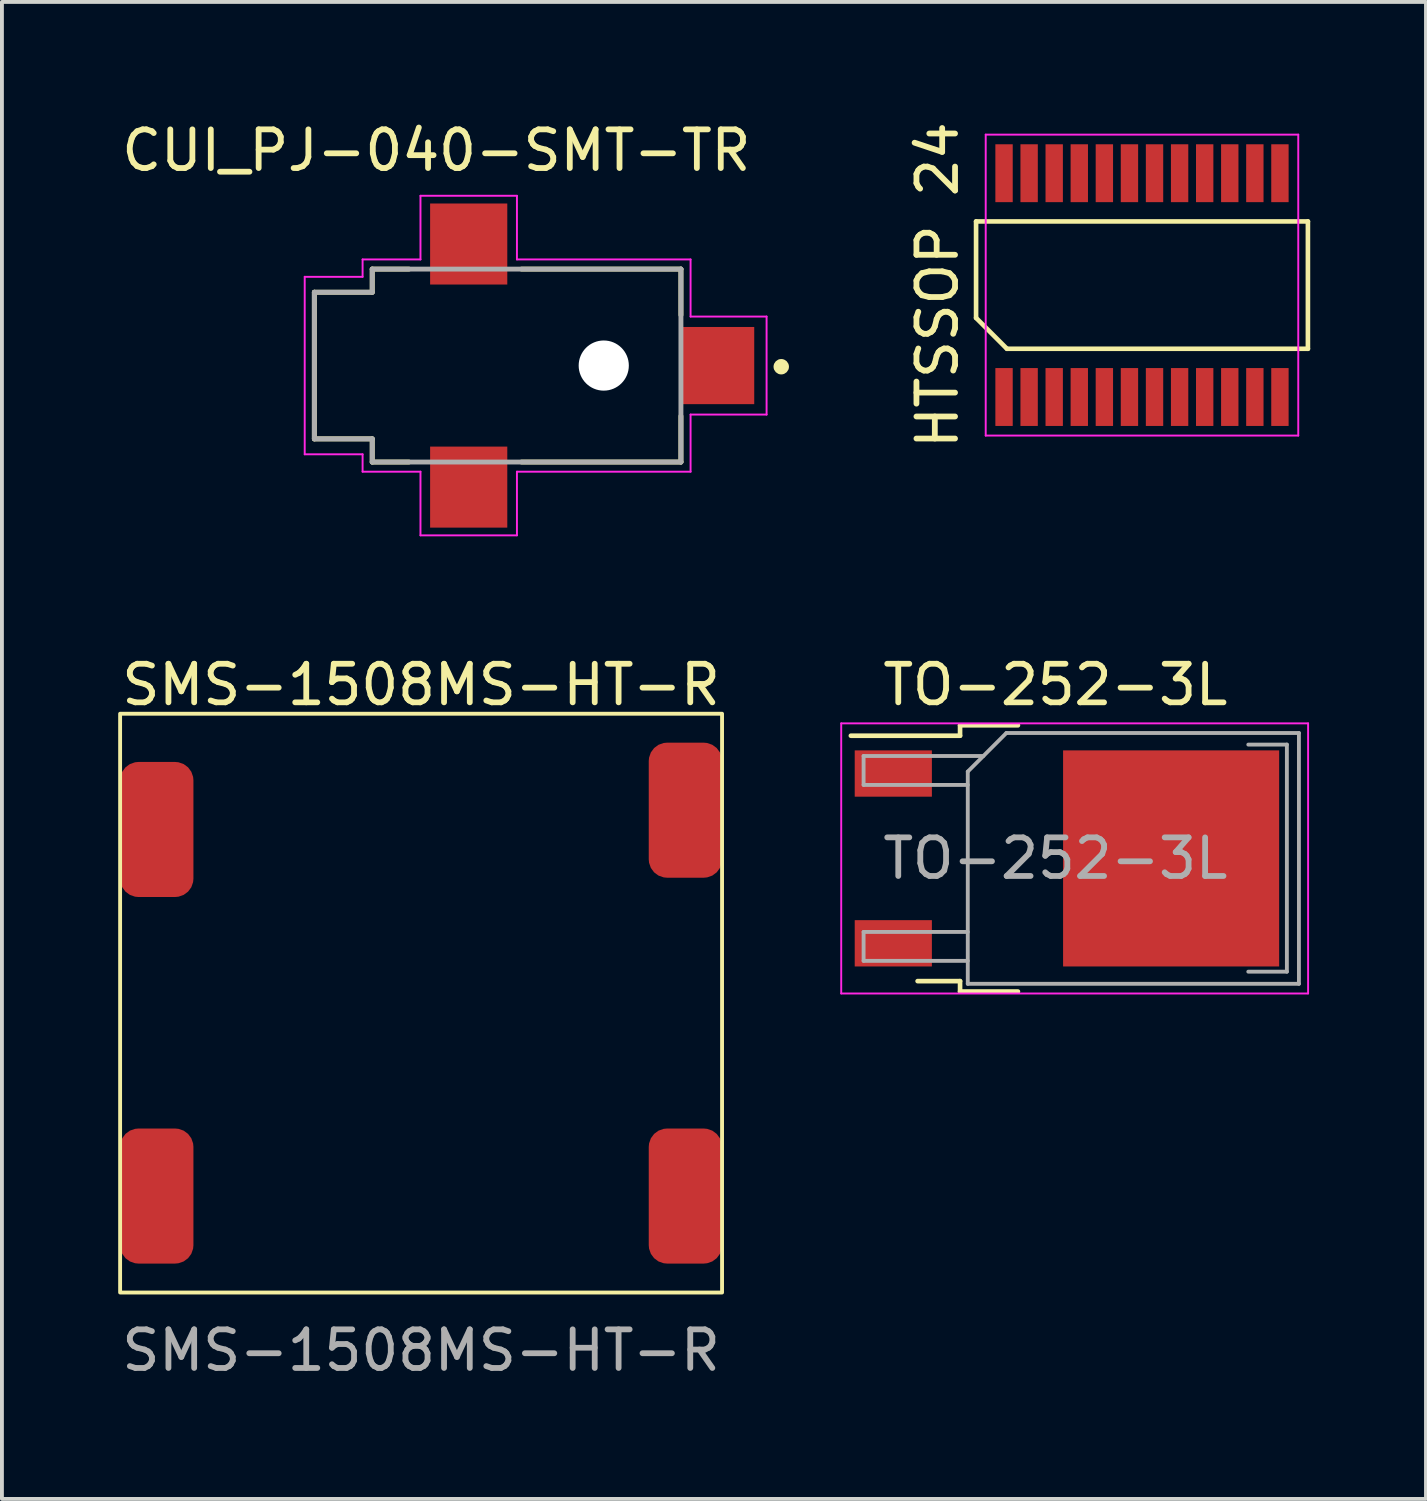
<source format=kicad_pcb>
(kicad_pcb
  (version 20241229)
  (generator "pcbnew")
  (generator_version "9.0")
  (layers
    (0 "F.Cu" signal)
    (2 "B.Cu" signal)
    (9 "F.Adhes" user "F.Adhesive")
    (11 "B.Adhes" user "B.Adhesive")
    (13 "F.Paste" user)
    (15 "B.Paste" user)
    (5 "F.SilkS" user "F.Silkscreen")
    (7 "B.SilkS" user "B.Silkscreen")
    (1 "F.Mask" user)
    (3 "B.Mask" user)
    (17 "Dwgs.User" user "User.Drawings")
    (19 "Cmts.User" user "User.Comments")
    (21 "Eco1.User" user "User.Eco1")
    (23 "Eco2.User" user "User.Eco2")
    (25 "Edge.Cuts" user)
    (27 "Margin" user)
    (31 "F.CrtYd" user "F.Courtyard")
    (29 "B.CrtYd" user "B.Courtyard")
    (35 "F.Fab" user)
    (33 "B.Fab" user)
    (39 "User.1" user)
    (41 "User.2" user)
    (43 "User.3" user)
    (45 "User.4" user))
  (footprint "SMS-1508MS-HT-R"
    (layer "F.Cu")
    (at 7.863 22.947)
    (property "Reference" "SMS-1508MS-HT-R" (at 0 -8.25 0) (unlocked yes) (layer "F.SilkS") (effects (font (size 1 1) (thickness 0.15))))
    (attr smd)
    (fp_rect (start -7.8 -7.5) (end 7.8 7.5) (stroke (width 0.1) (type solid)) (fill no) (layer "F.SilkS"))
    (fp_text user "${REFERENCE}" (at 0 9 0) (unlocked yes) (layer "F.Fab") (effects (font (size 1 1) (thickness 0.15))))
    (pad "" smd roundrect (at -6.85 -4.5) (size 1.9 3.5) (layers "F.Cu" "F.Mask" "F.Paste") (roundrect_rratio 0.25))
    (pad "" smd roundrect (at 6.85 -5) (size 1.9 3.5) (layers "F.Cu" "F.Mask" "F.Paste") (roundrect_rratio 0.25))
    (pad "1" smd roundrect (at -6.85 5) (size 1.9 3.5) (layers "F.Cu" "F.Mask" "F.Paste") (roundrect_rratio 0.25))
    (pad "2" smd roundrect (at 6.85 5) (size 1.9 3.5) (layers "F.Cu" "F.Mask" "F.Paste") (roundrect_rratio 0.25))
    (zone (net_name "") (layer "F.Cu") (hatch edge 0.508) (connect_pads) (min_thickness 0.254) (filled_areas_thickness no) (keepout (tracks not_allowed) (vias not_allowed) (pads not_allowed) (copperpour not_allowed) (footprints not_allowed)) (placement (enabled no)) (fill) (polygon (pts (xy 12.863 28.447) (xy 2.863 28.447) (xy 2.863 17.447) (xy 12.863 17.447)))))
  (footprint "CUI_PJ-040-SMT-TR"
    (layer "F.Cu")
    (at 10.597 6.424)
    (property "Reference" "CUI_PJ-040-SMT-TR" (at -2.339 -5.575 0) (layer "F.SilkS") (effects (font (size 1.002 1.002) (thickness 0.15))))
    (attr through_hole)
    (fp_line (start -5.5 -1.9) (end -5.5 1.9) (stroke (width 0.127) (type solid)) (layer "F.SilkS"))
    (fp_line (start -5.5 -1.9) (end -4 -1.9) (stroke (width 0.127) (type solid)) (layer "F.SilkS"))
    (fp_line (start -5.5 1.9) (end -4 1.9) (stroke (width 0.127) (type solid)) (layer "F.SilkS"))
    (fp_line (start -4 -2.5) (end -3.05 -2.5) (stroke (width 0.127) (type solid)) (layer "F.SilkS"))
    (fp_line (start -4 -1.9) (end -4 -2.5) (stroke (width 0.127) (type solid)) (layer "F.SilkS"))
    (fp_line (start -4 2.5) (end -4 1.9) (stroke (width 0.127) (type solid)) (layer "F.SilkS"))
    (fp_line (start -3.05 2.5) (end -4 2.5) (stroke (width 0.127) (type solid)) (layer "F.SilkS"))
    (fp_line (start -0.13 -2.5) (end 4 -2.5) (stroke (width 0.127) (type solid)) (layer "F.SilkS"))
    (fp_line (start 4 -2.5) (end 4 -1.31) (stroke (width 0.127) (type solid)) (layer "F.SilkS"))
    (fp_line (start 4 1.31) (end 4 2.5) (stroke (width 0.127) (type solid)) (layer "F.SilkS"))
    (fp_line (start 4 2.5) (end -0.13 2.5) (stroke (width 0.127) (type solid)) (layer "F.SilkS"))
    (fp_circle (center 6.6 0.03) (end 6.7 0.03) (stroke (width 0.2) (type solid)) (fill no) (layer "F.SilkS"))
    (fp_line (start -5.75 -2.3) (end -4.25 -2.3) (stroke (width 0.05) (type solid)) (layer "F.CrtYd"))
    (fp_line (start -5.75 2.3) (end -5.75 -2.3) (stroke (width 0.05) (type solid)) (layer "F.CrtYd"))
    (fp_line (start -4.25 -2.75) (end -2.75 -2.75) (stroke (width 0.05) (type solid)) (layer "F.CrtYd"))
    (fp_line (start -4.25 -2.3) (end -4.25 -2.75) (stroke (width 0.05) (type solid)) (layer "F.CrtYd"))
    (fp_line (start -4.25 2.3) (end -5.75 2.3) (stroke (width 0.05) (type solid)) (layer "F.CrtYd"))
    (fp_line (start -4.25 2.75) (end -4.25 2.3) (stroke (width 0.05) (type solid)) (layer "F.CrtYd"))
    (fp_line (start -4.25 2.75) (end -2.75 2.75) (stroke (width 0.05) (type solid)) (layer "F.CrtYd"))
    (fp_line (start -2.75 -4.4) (end -0.25 -4.4) (stroke (width 0.05) (type solid)) (layer "F.CrtYd"))
    (fp_line (start -2.75 -2.75) (end -2.75 -4.4) (stroke (width 0.05) (type solid)) (layer "F.CrtYd"))
    (fp_line (start -2.75 2.75) (end -2.75 4.4) (stroke (width 0.05) (type solid)) (layer "F.CrtYd"))
    (fp_line (start -2.75 4.4) (end -0.25 4.4) (stroke (width 0.05) (type solid)) (layer "F.CrtYd"))
    (fp_line (start -0.25 -4.4) (end -0.25 -2.75) (stroke (width 0.05) (type solid)) (layer "F.CrtYd"))
    (fp_line (start -0.25 -2.75) (end 4.25 -2.75) (stroke (width 0.05) (type solid)) (layer "F.CrtYd"))
    (fp_line (start -0.25 2.75) (end 4.25 2.75) (stroke (width 0.05) (type solid)) (layer "F.CrtYd"))
    (fp_line (start -0.25 4.4) (end -0.25 2.75) (stroke (width 0.05) (type solid)) (layer "F.CrtYd"))
    (fp_line (start 4.25 -2.75) (end 4.25 -1.27) (stroke (width 0.05) (type solid)) (layer "F.CrtYd"))
    (fp_line (start 4.25 -1.27) (end 6.22 -1.27) (stroke (width 0.05) (type solid)) (layer "F.CrtYd"))
    (fp_line (start 4.25 1.27) (end 4.25 2.75) (stroke (width 0.05) (type solid)) (layer "F.CrtYd"))
    (fp_line (start 6.22 -1.27) (end 6.22 1.27) (stroke (width 0.05) (type solid)) (layer "F.CrtYd"))
    (fp_line (start 6.22 1.27) (end 4.25 1.27) (stroke (width 0.05) (type solid)) (layer "F.CrtYd"))
    (fp_line (start -5.5 -1.9) (end -5.5 1.9) (stroke (width 0.127) (type solid)) (layer "F.Fab"))
    (fp_line (start -5.5 -1.9) (end -4 -1.9) (stroke (width 0.127) (type solid)) (layer "F.Fab"))
    (fp_line (start -5.5 1.9) (end -4 1.9) (stroke (width 0.127) (type solid)) (layer "F.Fab"))
    (fp_line (start -4 -2.5) (end 4 -2.5) (stroke (width 0.127) (type solid)) (layer "F.Fab"))
    (fp_line (start -4 -1.9) (end -4 -2.5) (stroke (width 0.127) (type solid)) (layer "F.Fab"))
    (fp_line (start -4 2.5) (end -4 1.9) (stroke (width 0.127) (type solid)) (layer "F.Fab"))
    (fp_line (start 4 -2.5) (end 4 2.5) (stroke (width 0.127) (type solid)) (layer "F.Fab"))
    (fp_line (start 4 2.5) (end -4 2.5) (stroke (width 0.127) (type solid)) (layer "F.Fab"))
    (pad "" np_thru_hole circle (at 2 0) (size 1.3 1.3) (drill 1.3) (layers "*.Cu" "*.Mask"))
    (pad "1" smd rect (at 4.95 0) (size 1.9 2) (layers "F.Cu" "F.Mask" "F.Paste"))
    (pad "2" smd rect (at -1.5 3.15) (size 2 2.1) (layers "F.Cu" "F.Mask" "F.Paste"))
    (pad "3" smd rect (at -1.5 -3.15) (size 2 2.1) (layers "F.Cu" "F.Mask" "F.Paste")))
  (footprint "TO-252-3L"
    (layer "F.Cu")
    (at 24.301 19.197)
    (property "Reference" "TO-252-3L" (at 0 -4.5 0) (layer "F.SilkS") (effects (font (size 1 1) (thickness 0.15))))
    (attr smd)
    (fp_line (start -2.47 -3.45) (end -2.47 -3.18) (stroke (width 0.12) (type solid)) (layer "F.SilkS"))
    (fp_line (start -2.47 -3.18) (end -5.3 -3.18) (stroke (width 0.12) (type solid)) (layer "F.SilkS"))
    (fp_line (start -2.47 3.18) (end -3.57 3.18) (stroke (width 0.12) (type solid)) (layer "F.SilkS"))
    (fp_line (start -2.47 3.45) (end -2.47 3.18) (stroke (width 0.12) (type solid)) (layer "F.SilkS"))
    (fp_line (start -0.97 -3.45) (end -2.47 -3.45) (stroke (width 0.12) (type solid)) (layer "F.SilkS"))
    (fp_line (start -0.97 3.45) (end -2.47 3.45) (stroke (width 0.12) (type solid)) (layer "F.SilkS"))
    (fp_line (start -5.55 -3.5) (end -5.55 3.5) (stroke (width 0.05) (type solid)) (layer "F.CrtYd"))
    (fp_line (start -5.55 3.5) (end 6.55 3.5) (stroke (width 0.05) (type solid)) (layer "F.CrtYd"))
    (fp_line (start 6.55 -3.5) (end -5.55 -3.5) (stroke (width 0.05) (type solid)) (layer "F.CrtYd"))
    (fp_line (start 6.55 3.5) (end 6.55 -3.5) (stroke (width 0.05) (type solid)) (layer "F.CrtYd"))
    (fp_line (start -4.97 -2.655) (end -4.97 -1.905) (stroke (width 0.1) (type solid)) (layer "F.Fab"))
    (fp_line (start -4.97 -1.905) (end -2.27 -1.905) (stroke (width 0.1) (type solid)) (layer "F.Fab"))
    (fp_line (start -4.97 1.905) (end -4.97 2.655) (stroke (width 0.1) (type solid)) (layer "F.Fab"))
    (fp_line (start -4.97 2.655) (end -2.27 2.655) (stroke (width 0.1) (type solid)) (layer "F.Fab"))
    (fp_line (start -2.27 -2.25) (end -1.27 -3.25) (stroke (width 0.1) (type solid)) (layer "F.Fab"))
    (fp_line (start -2.27 1.905) (end -4.97 1.905) (stroke (width 0.1) (type solid)) (layer "F.Fab"))
    (fp_line (start -2.27 3.25) (end -2.27 -2.25) (stroke (width 0.1) (type solid)) (layer "F.Fab"))
    (fp_line (start -1.865 -2.655) (end -4.97 -2.655) (stroke (width 0.1) (type solid)) (layer "F.Fab"))
    (fp_line (start -1.27 -3.25) (end 6.312 -3.25) (stroke (width 0.1) (type solid)) (layer "F.Fab"))
    (fp_line (start 5 -2.95) (end 6 -2.95) (stroke (width 0.1) (type solid)) (layer "F.Fab"))
    (fp_line (start 6 -2.95) (end 6 2.935) (stroke (width 0.1) (type solid)) (layer "F.Fab"))
    (fp_line (start 6 2.935) (end 5 2.935) (stroke (width 0.1) (type solid)) (layer "F.Fab"))
    (fp_line (start 6.312 -3.25) (end 6.312 3.25) (stroke (width 0.1) (type solid)) (layer "F.Fab"))
    (fp_line (start 6.312 3.25) (end -2.27 3.25) (stroke (width 0.1) (type solid)) (layer "F.Fab"))
    (fp_text user "${REFERENCE}" (at 0 0 0) (layer "F.Fab") (effects (font (size 1 1) (thickness 0.15))))
    (pad "" smd rect (at 1.55 -1.45) (size 2.7 2.7) (layers "F.Paste"))
    (pad "" smd rect (at 1.55 1.45) (size 2.7 2.7) (layers "F.Paste"))
    (pad "" smd rect (at 4.45 -1.45) (size 2.7 2.7) (layers "F.Paste"))
    (pad "" smd rect (at 4.45 1.45) (size 2.7 2.7) (layers "F.Paste"))
    (pad "1" smd rect (at -4.2 -2.2) (size 2 1.2) (layers "F.Cu" "F.Mask" "F.Paste"))
    (pad "2" smd rect (at 3 0) (size 5.6 5.6) (layers "F.Cu" "F.Mask"))
    (pad "3" smd rect (at -4.2 2.2) (size 2 1.2) (layers "F.Cu" "F.Mask" "F.Paste")))
  (footprint "HTSSOP 24"
    (layer "F.Cu")
    (at 26.546 4.339)
    (property "Reference" "HTSSOP 24" (at -5.3 0 90) (layer "F.SilkS") (effects (font (size 1 1) (thickness 0.15))))
    (attr through_hole)
    (fp_line (start -4.3 -1.65) (end 4.3 -1.65) (stroke (width 0.12) (type solid)) (layer "F.SilkS"))
    (fp_line (start -4.3 0.85) (end -4.3 -1.65) (stroke (width 0.12) (type solid)) (layer "F.SilkS"))
    (fp_line (start -3.5 1.65) (end -4.3 0.85) (stroke (width 0.12) (type solid)) (layer "F.SilkS"))
    (fp_line (start 4.3 -1.65) (end 4.3 1.65) (stroke (width 0.12) (type solid)) (layer "F.SilkS"))
    (fp_line (start 4.3 1.65) (end -3.5 1.65) (stroke (width 0.12) (type solid)) (layer "F.SilkS"))
    (fp_line (start -4.05 -3.9) (end 4.05 -3.9) (stroke (width 0.05) (type solid)) (layer "F.CrtYd"))
    (fp_line (start -4.05 3.9) (end -4.05 -3.9) (stroke (width 0.05) (type solid)) (layer "F.CrtYd"))
    (fp_line (start 4.05 -3.9) (end 4.05 3.9) (stroke (width 0.05) (type solid)) (layer "F.CrtYd"))
    (fp_line (start 4.05 3.9) (end -4.05 3.9) (stroke (width 0.05) (type solid)) (layer "F.CrtYd"))
    (pad "1" smd rect (at -3.575 2.9) (size 0.45 1.5) (layers "F.Cu" "F.Mask" "F.Paste"))
    (pad "2" smd rect (at -2.925 2.9) (size 0.45 1.5) (layers "F.Cu" "F.Mask" "F.Paste"))
    (pad "3" smd rect (at -2.275 2.9) (size 0.45 1.5) (layers "F.Cu" "F.Mask" "F.Paste"))
    (pad "4" smd rect (at -1.625 2.9) (size 0.45 1.5) (layers "F.Cu" "F.Mask" "F.Paste"))
    (pad "5" smd rect (at -0.975 2.9) (size 0.45 1.5) (layers "F.Cu" "F.Mask" "F.Paste"))
    (pad "6" smd rect (at -0.325 2.9) (size 0.45 1.5) (layers "F.Cu" "F.Mask" "F.Paste"))
    (pad "7" smd rect (at 0.325 2.9) (size 0.45 1.5) (layers "F.Cu" "F.Mask" "F.Paste"))
    (pad "8" smd rect (at 0.975 2.9) (size 0.45 1.5) (layers "F.Cu" "F.Mask" "F.Paste"))
    (pad "9" smd rect (at 1.625 2.9) (size 0.45 1.5) (layers "F.Cu" "F.Mask" "F.Paste"))
    (pad "10" smd rect (at 2.275 2.9) (size 0.45 1.5) (layers "F.Cu" "F.Mask" "F.Paste"))
    (pad "11" smd rect (at 2.925 2.9) (size 0.45 1.5) (layers "F.Cu" "F.Mask" "F.Paste"))
    (pad "12" smd rect (at 3.575 2.9) (size 0.45 1.5) (layers "F.Cu" "F.Mask" "F.Paste"))
    (pad "13" smd rect (at 3.575 -2.9) (size 0.45 1.5) (layers "F.Cu" "F.Mask" "F.Paste"))
    (pad "14" smd rect (at 2.925 -2.9) (size 0.45 1.5) (layers "F.Cu" "F.Mask" "F.Paste"))
    (pad "15" smd rect (at 2.275 -2.9) (size 0.45 1.5) (layers "F.Cu" "F.Mask" "F.Paste"))
    (pad "16" smd rect (at 1.625 -2.9) (size 0.45 1.5) (layers "F.Cu" "F.Mask" "F.Paste"))
    (pad "17" smd rect (at 0.975 -2.9) (size 0.45 1.5) (layers "F.Cu" "F.Mask" "F.Paste"))
    (pad "18" smd rect (at 0.325 -2.9) (size 0.45 1.5) (layers "F.Cu" "F.Mask" "F.Paste"))
    (pad "19" smd rect (at -0.325 -2.9) (size 0.45 1.5) (layers "F.Cu" "F.Mask" "F.Paste"))
    (pad "20" smd rect (at -0.975 -2.9) (size 0.45 1.5) (layers "F.Cu" "F.Mask" "F.Paste"))
    (pad "21" smd rect (at -1.625 -2.9) (size 0.45 1.5) (layers "F.Cu" "F.Mask" "F.Paste"))
    (pad "22" smd rect (at -2.275 -2.9) (size 0.45 1.5) (layers "F.Cu" "F.Mask" "F.Paste"))
    (pad "23" smd rect (at -2.925 -2.9) (size 0.45 1.5) (layers "F.Cu" "F.Mask" "F.Paste"))
    (pad "24" smd rect (at -3.575 -2.9) (size 0.45 1.5) (layers "F.Cu" "F.Mask" "F.Paste")))
  (gr_rect
    (start -3 -3)
    (end 33.906 35.796)
    (stroke (width 0.1) (type default))
    (fill no)
    (layer "Edge.Cuts")))
</source>
